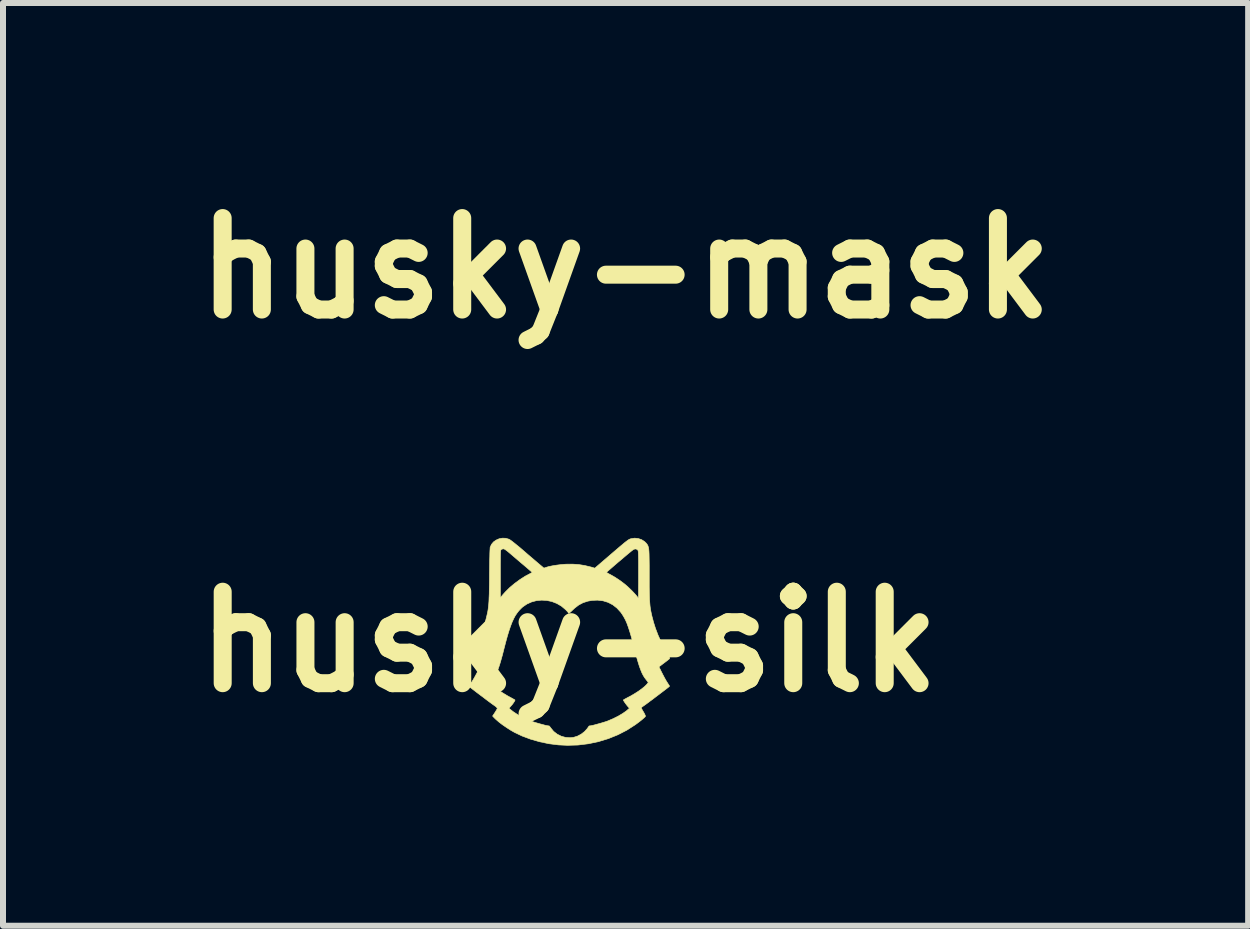
<source format=kicad_pcb>
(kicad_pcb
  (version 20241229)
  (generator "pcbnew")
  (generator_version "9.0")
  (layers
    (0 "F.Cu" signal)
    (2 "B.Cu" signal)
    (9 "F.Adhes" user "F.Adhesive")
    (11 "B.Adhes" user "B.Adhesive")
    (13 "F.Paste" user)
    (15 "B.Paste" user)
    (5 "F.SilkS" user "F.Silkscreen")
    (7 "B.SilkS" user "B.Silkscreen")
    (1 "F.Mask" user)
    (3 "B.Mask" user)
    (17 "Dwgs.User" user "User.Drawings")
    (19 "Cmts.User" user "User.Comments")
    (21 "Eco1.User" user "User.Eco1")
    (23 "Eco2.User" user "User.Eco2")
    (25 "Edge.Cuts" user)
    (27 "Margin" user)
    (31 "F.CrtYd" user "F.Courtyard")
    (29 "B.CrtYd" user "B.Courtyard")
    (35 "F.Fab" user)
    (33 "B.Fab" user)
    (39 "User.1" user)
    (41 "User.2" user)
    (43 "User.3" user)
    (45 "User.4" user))
  (footprint "husky-silk"
    (layer "F.Cu")
    (at 6.43 7.644)
    (property "Reference" "husky-silk" (at 0 0 0) (layer "F.SilkS") (effects (font (size 1.524 1.524) (thickness 0.3))))
    (attr through_hole)
    (fp_poly (pts (xy -1.053 -1.725) (xy -0.999 -1.709) (xy -0.995 -1.707) (xy -0.977 -1.696) (xy -0.948 -1.675) (xy -0.911 -1.646) (xy -0.868 -1.611) (xy -0.82 -1.572) (xy -0.779 -1.537) (xy -0.727 -1.492) (xy -0.673 -1.445) (xy -0.62 -1.4) (xy -0.573 -1.36) (xy -0.532 -1.325) (xy -0.511 -1.307) (xy -0.417 -1.228) (xy -0.382 -1.24) (xy -0.335 -1.254) (xy -0.276 -1.266) (xy -0.208 -1.277) (xy -0.137 -1.286) (xy -0.067 -1.292) (xy -0.046 -1.293) (xy 0.063 -1.294) (xy 0.164 -1.287) (xy 0.263 -1.271) (xy 0.367 -1.246) (xy 0.374 -1.244) (xy 0.431 -1.227) (xy 0.673 -1.435) (xy 0.745 -1.497) (xy 0.805 -1.548) (xy 0.855 -1.591) (xy 0.896 -1.625) (xy 0.928 -1.652) (xy 0.954 -1.672) (xy 0.975 -1.688) (xy 0.991 -1.699) (xy 1.005 -1.707) (xy 1.016 -1.712) (xy 1.027 -1.716) (xy 1.036 -1.718) (xy 1.095 -1.727) (xy 1.154 -1.721) (xy 1.21 -1.702) (xy 1.259 -1.671) (xy 1.284 -1.647) (xy 1.296 -1.633) (xy 1.305 -1.62) (xy 1.314 -1.605) (xy 1.32 -1.588) (xy 1.326 -1.566) (xy 1.33 -1.54) (xy 1.333 -1.506) (xy 1.335 -1.463) (xy 1.336 -1.41) (xy 1.337 -1.346) (xy 1.338 -1.269) (xy 1.338 -1.177) (xy 1.338 -1.118) (xy 1.338 -1.008) (xy 1.338 -0.914) (xy 1.339 -0.833) (xy 1.341 -0.762) (xy 1.343 -0.701) (xy 1.347 -0.647) (xy 1.351 -0.599) (xy 1.357 -0.553) (xy 1.365 -0.509) (xy 1.374 -0.465) (xy 1.385 -0.418) (xy 1.399 -0.366) (xy 1.408 -0.33) (xy 1.442 -0.223) (xy 1.485 -0.11) (xy 1.538 0.007) (xy 1.597 0.122) (xy 1.629 0.178) (xy 1.652 0.217) (xy 1.667 0.244) (xy 1.676 0.262) (xy 1.678 0.274) (xy 1.676 0.281) (xy 1.67 0.287) (xy 1.669 0.287) (xy 1.656 0.298) (xy 1.633 0.316) (xy 1.603 0.339) (xy 1.576 0.359) (xy 1.5 0.417) (xy 1.532 0.483) (xy 1.563 0.544) (xy 1.594 0.603) (xy 1.624 0.656) (xy 1.651 0.698) (xy 1.652 0.7) (xy 1.666 0.721) (xy 1.675 0.736) (xy 1.676 0.739) (xy 1.67 0.746) (xy 1.653 0.76) (xy 1.629 0.779) (xy 1.611 0.793) (xy 1.541 0.846) (xy 1.483 0.89) (xy 1.434 0.927) (xy 1.394 0.958) (xy 1.359 0.983) (xy 1.329 1.006) (xy 1.302 1.026) (xy 1.283 1.04) (xy 1.252 1.062) (xy 1.226 1.08) (xy 1.209 1.093) (xy 1.203 1.097) (xy 1.206 1.105) (xy 1.216 1.124) (xy 1.231 1.151) (xy 1.24 1.165) (xy 1.257 1.195) (xy 1.269 1.221) (xy 1.275 1.237) (xy 1.275 1.241) (xy 1.266 1.253) (xy 1.244 1.273) (xy 1.214 1.299) (xy 1.175 1.33) (xy 1.131 1.363) (xy 1.105 1.382) (xy 0.965 1.472) (xy 0.815 1.549) (xy 0.657 1.613) (xy 0.493 1.663) (xy 0.323 1.699) (xy 0.151 1.72) (xy -0.024 1.725) (xy -0.175 1.718) (xy -0.334 1.698) (xy -0.49 1.665) (xy -0.64 1.622) (xy -0.782 1.569) (xy -0.906 1.51) (xy -0.974 1.471) (xy -1.042 1.427) (xy -1.109 1.381) (xy -1.169 1.335) (xy -1.219 1.291) (xy -1.244 1.267) (xy -1.272 1.237) (xy -1.233 1.178) (xy -1.215 1.149) (xy -1.201 1.125) (xy -1.194 1.11) (xy -1.194 1.107) (xy -1.201 1.097) (xy -1.217 1.081) (xy -1.23 1.071) (xy -1.256 1.053) (xy -1.292 1.027) (xy -1.334 0.996) (xy -1.381 0.961) (xy -1.43 0.923) (xy -1.48 0.886) (xy -1.529 0.849) (xy -1.573 0.815) (xy -1.611 0.786) (xy -1.64 0.763) (xy -1.659 0.748) (xy -1.663 0.744) (xy -1.664 0.733) (xy -1.653 0.718) (xy -1.639 0.699) (xy -1.626 0.679) (xy -1.314 0.679) (xy -1.294 0.701) (xy -1.244 0.749) (xy -1.18 0.8) (xy -1.103 0.852) (xy -1.015 0.905) (xy -0.983 0.922) (xy -0.95 0.94) (xy -0.923 0.955) (xy -0.905 0.966) (xy -0.899 0.969) (xy -0.901 0.979) (xy -0.911 0.997) (xy -0.927 1.021) (xy -0.947 1.048) (xy -0.969 1.073) (xy -0.97 1.074) (xy -0.999 1.107) (xy -0.98 1.124) (xy -0.927 1.166) (xy -0.861 1.209) (xy -0.787 1.251) (xy -0.709 1.29) (xy -0.644 1.317) (xy -0.612 1.328) (xy -0.573 1.341) (xy -0.529 1.354) (xy -0.483 1.367) (xy -0.438 1.379) (xy -0.398 1.39) (xy -0.365 1.397) (xy -0.342 1.401) (xy -0.332 1.401) (xy -0.325 1.406) (xy -0.313 1.421) (xy -0.303 1.435) (xy -0.255 1.493) (xy -0.196 1.539) (xy -0.129 1.573) (xy -0.056 1.593) (xy 0.02 1.598) (xy 0.077 1.592) (xy 0.142 1.572) (xy 0.204 1.539) (xy 0.26 1.496) (xy 0.305 1.446) (xy 0.314 1.433) (xy 0.327 1.414) (xy 0.337 1.402) (xy 0.34 1.401) (xy 0.35 1.401) (xy 0.373 1.397) (xy 0.406 1.39) (xy 0.447 1.379) (xy 0.491 1.367) (xy 0.537 1.354) (xy 0.58 1.341) (xy 0.619 1.329) (xy 0.649 1.318) (xy 0.738 1.28) (xy 0.822 1.238) (xy 0.896 1.194) (xy 0.959 1.15) (xy 0.976 1.135) (xy 1.008 1.107) (xy 0.983 1.079) (xy 0.966 1.059) (xy 0.947 1.034) (xy 0.929 1.009) (xy 0.915 0.987) (xy 0.907 0.973) (xy 0.906 0.97) (xy 0.913 0.965) (xy 0.932 0.954) (xy 0.958 0.94) (xy 0.967 0.935) (xy 1.032 0.901) (xy 1.096 0.863) (xy 1.156 0.825) (xy 1.21 0.786) (xy 1.255 0.75) (xy 1.289 0.718) (xy 1.303 0.702) (xy 1.322 0.677) (xy 1.284 0.628) (xy 1.259 0.595) (xy 1.237 0.559) (xy 1.216 0.518) (xy 1.196 0.469) (xy 1.175 0.413) (xy 1.154 0.346) (xy 1.131 0.268) (xy 1.107 0.175) (xy 1.088 0.102) (xy 1.06 -0.007) (xy 1.034 -0.101) (xy 1.01 -0.181) (xy 0.987 -0.251) (xy 0.965 -0.311) (xy 0.942 -0.363) (xy 0.917 -0.41) (xy 0.891 -0.453) (xy 0.863 -0.493) (xy 0.863 -0.493) (xy 0.801 -0.561) (xy 0.731 -0.616) (xy 0.653 -0.657) (xy 0.568 -0.683) (xy 0.477 -0.694) (xy 0.384 -0.69) (xy 0.313 -0.677) (xy 0.234 -0.651) (xy 0.164 -0.614) (xy 0.097 -0.563) (xy 0.068 -0.536) (xy 0.036 -0.505) (xy 0.014 -0.486) (xy -0.000175 -0.476) (xy -0.007 -0.476) (xy -0.008 -0.481) (xy -0.012 -0.487) (xy 0 -0.487) (xy 0.004 -0.483) (xy 0.008 -0.487) (xy 0.004 -0.491) (xy 0 -0.487) (xy -0.012 -0.487) (xy -0.014 -0.49) (xy -0.029 -0.508) (xy -0.05 -0.53) (xy -0.057 -0.537) (xy -0.126 -0.595) (xy -0.202 -0.639) (xy -0.284 -0.671) (xy -0.369 -0.689) (xy -0.455 -0.694) (xy -0.541 -0.686) (xy -0.623 -0.664) (xy -0.701 -0.629) (xy -0.771 -0.581) (xy -0.801 -0.553) (xy -0.835 -0.517) (xy -0.866 -0.477) (xy -0.895 -0.434) (xy -0.921 -0.385) (xy -0.947 -0.328) (xy -0.972 -0.263) (xy -0.998 -0.187) (xy -1.025 -0.099) (xy -1.053 0.003) (xy -1.083 0.119) (xy -1.108 0.218) (xy -1.132 0.303) (xy -1.153 0.375) (xy -1.173 0.435) (xy -1.193 0.487) (xy -1.213 0.531) (xy -1.234 0.57) (xy -1.257 0.605) (xy -1.278 0.634) (xy -1.314 0.679) (xy -1.626 0.679) (xy -1.62 0.671) (xy -1.598 0.635) (xy -1.574 0.594) (xy -1.551 0.552) (xy -1.529 0.511) (xy -1.51 0.475) (xy -1.497 0.447) (xy -1.491 0.429) (xy -1.49 0.426) (xy -1.496 0.418) (xy -1.514 0.403) (xy -1.539 0.382) (xy -1.567 0.36) (xy -1.6 0.335) (xy -1.629 0.313) (xy -1.651 0.296) (xy -1.661 0.288) (xy -1.668 0.281) (xy -1.67 0.274) (xy -1.667 0.263) (xy -1.656 0.244) (xy -1.638 0.216) (xy -1.63 0.203) (xy -1.598 0.15) (xy -1.562 0.087) (xy -1.526 0.016) (xy -1.492 -0.055) (xy -1.462 -0.123) (xy -1.444 -0.169) (xy -1.43 -0.21) (xy -1.415 -0.26) (xy -1.399 -0.314) (xy -1.385 -0.365) (xy -1.385 -0.366) (xy -1.373 -0.413) (xy -1.363 -0.456) (xy -1.354 -0.496) (xy -1.347 -0.537) (xy -1.342 -0.579) (xy -1.337 -0.624) (xy -1.333 -0.675) (xy -1.331 -0.732) (xy -1.328 -0.799) (xy -1.327 -0.876) (xy -1.325 -0.966) (xy -1.324 -1.07) (xy -1.324 -1.109) (xy -1.324 -1.129) (xy -1.143 -1.129) (xy -1.143 -0.732) (xy -1.12 -0.762) (xy -1.102 -0.784) (xy -1.078 -0.811) (xy -1.054 -0.837) (xy -0.984 -0.906) (xy -0.903 -0.974) (xy -0.815 -1.038) (xy -0.726 -1.095) (xy -0.684 -1.117) (xy -0.611 -1.156) (xy -0.613 -1.158) (xy 0.627 -1.158) (xy 0.634 -1.151) (xy 0.652 -1.14) (xy 0.679 -1.125) (xy 0.688 -1.121) (xy 0.767 -1.076) (xy 0.85 -1.021) (xy 0.932 -0.959) (xy 0.94 -0.952) (xy 0.975 -0.922) (xy 1.013 -0.886) (xy 1.051 -0.849) (xy 1.086 -0.812) (xy 1.115 -0.78) (xy 1.136 -0.755) (xy 1.139 -0.75) (xy 1.15 -0.735) (xy 1.157 -0.728) (xy 1.157 -0.728) (xy 1.157 -0.736) (xy 1.158 -0.76) (xy 1.159 -0.797) (xy 1.159 -0.846) (xy 1.159 -0.905) (xy 1.16 -0.973) (xy 1.16 -1.048) (xy 1.16 -1.122) (xy 1.16 -1.214) (xy 1.16 -1.29) (xy 1.16 -1.353) (xy 1.159 -1.403) (xy 1.158 -1.442) (xy 1.157 -1.472) (xy 1.156 -1.493) (xy 1.154 -1.509) (xy 1.152 -1.519) (xy 1.149 -1.526) (xy 1.145 -1.53) (xy 1.143 -1.532) (xy 1.122 -1.546) (xy 1.098 -1.547) (xy 1.069 -1.534) (xy 1.042 -1.513) (xy 0.986 -1.467) (xy 0.929 -1.419) (xy 0.874 -1.372) (xy 0.82 -1.327) (xy 0.77 -1.284) (xy 0.725 -1.245) (xy 0.687 -1.212) (xy 0.657 -1.186) (xy 0.637 -1.168) (xy 0.627 -1.159) (xy 0.627 -1.158) (xy -0.613 -1.158) (xy -0.709 -1.241) (xy -0.754 -1.279) (xy -0.804 -1.321) (xy -0.853 -1.363) (xy -0.895 -1.399) (xy -0.897 -1.401) (xy -0.95 -1.446) (xy -0.991 -1.481) (xy -1.022 -1.507) (xy -1.046 -1.525) (xy -1.063 -1.537) (xy -1.076 -1.545) (xy -1.085 -1.548) (xy -1.093 -1.549) (xy -1.093 -1.549) (xy -1.116 -1.544) (xy -1.128 -1.538) (xy -1.132 -1.534) (xy -1.135 -1.528) (xy -1.137 -1.518) (xy -1.139 -1.503) (xy -1.14 -1.481) (xy -1.141 -1.451) (xy -1.142 -1.411) (xy -1.142 -1.36) (xy -1.143 -1.296) (xy -1.143 -1.218) (xy -1.143 -1.129) (xy -1.324 -1.129) (xy -1.323 -1.195) (xy -1.322 -1.277) (xy -1.321 -1.352) (xy -1.319 -1.42) (xy -1.318 -1.477) (xy -1.316 -1.523) (xy -1.314 -1.556) (xy -1.313 -1.574) (xy -1.312 -1.576) (xy -1.291 -1.623) (xy -1.257 -1.664) (xy -1.213 -1.695) (xy -1.163 -1.717) (xy -1.108 -1.727) (xy -1.053 -1.725)) (stroke (width 0.01) (type solid)) (fill yes) (layer "F.SilkS")))
  (footprint "husky-mask"
    (layer "F.Cu")
    (at 7.373 1.418)
    (property "Reference" "husky-mask" (at 0 0 0) (layer "F.SilkS") (effects (font (size 1.524 1.524) (thickness 0.3))))
    (attr through_hole)
    (fp_poly (pts (xy 0.618 0.419) (xy 0.614 0.423) (xy 0.61 0.419) (xy 0.614 0.415) (xy 0.618 0.419)) (stroke (width 0.01) (type solid)) (fill yes) (layer "F.Mask"))
    (fp_poly (pts (xy 0.478 -0.192) (xy 0.497 -0.178) (xy 0.507 -0.153) (xy 0.508 -0.144) (xy 0.501 -0.118) (xy 0.484 -0.103) (xy 0.461 -0.1) (xy 0.437 -0.111) (xy 0.419 -0.133) (xy 0.416 -0.157) (xy 0.429 -0.179) (xy 0.43 -0.181) (xy 0.454 -0.193) (xy 0.478 -0.192)) (stroke (width 0.01) (type solid)) (fill yes) (layer "F.Mask"))
    (fp_poly (pts (xy -0.534 -0.18) (xy -0.528 -0.173) (xy -0.518 -0.155) (xy -0.52 -0.141) (xy -0.525 -0.129) (xy -0.545 -0.106) (xy -0.567 -0.099) (xy -0.591 -0.108) (xy -0.598 -0.115) (xy -0.613 -0.135) (xy -0.614 -0.153) (xy -0.614 -0.155) (xy -0.599 -0.179) (xy -0.578 -0.192) (xy -0.555 -0.193) (xy -0.534 -0.18)) (stroke (width 0.01) (type solid)) (fill yes) (layer "F.Mask"))
    (fp_poly (pts (xy 0.065 0.953) (xy 0.081 0.964) (xy 0.082 0.965) (xy 0.113 0.982) (xy 0.154 0.996) (xy 0.198 1.005) (xy 0.231 1.008) (xy 0.273 1.008) (xy 0.269 1.154) (xy 0.268 1.207) (xy 0.267 1.247) (xy 0.264 1.276) (xy 0.261 1.298) (xy 0.257 1.315) (xy 0.25 1.33) (xy 0.244 1.342) (xy 0.215 1.385) (xy 0.177 1.425) (xy 0.135 1.459) (xy 0.107 1.474) (xy 0.075 1.483) (xy 0.033 1.488) (xy -0.012 1.489) (xy -0.053 1.486) (xy -0.08 1.479) (xy -0.143 1.446) (xy -0.194 1.402) (xy -0.232 1.346) (xy -0.239 1.333) (xy -0.246 1.316) (xy -0.251 1.298) (xy -0.255 1.276) (xy -0.258 1.248) (xy -0.26 1.209) (xy -0.261 1.157) (xy -0.261 1.149) (xy -0.264 1.008) (xy -0.222 1.008) (xy -0.179 1.004) (xy -0.135 0.993) (xy -0.096 0.978) (xy -0.074 0.965) (xy -0.058 0.954) (xy -0.048 0.948) (xy -0.047 0.948) (xy -0.046 0.956) (xy -0.045 0.979) (xy -0.044 1.014) (xy -0.043 1.058) (xy -0.042 1.11) (xy -0.042 1.135) (xy -0.042 1.198) (xy -0.041 1.252) (xy -0.039 1.295) (xy -0.037 1.324) (xy -0.034 1.338) (xy -0.034 1.338) (xy -0.018 1.351) (xy 0.004 1.355) (xy 0.027 1.351) (xy 0.042 1.338) (xy 0.042 1.338) (xy 0.045 1.324) (xy 0.047 1.295) (xy 0.049 1.253) (xy 0.05 1.199) (xy 0.051 1.136) (xy 0.051 1.135) (xy 0.051 1.081) (xy 0.052 1.033) (xy 0.053 0.993) (xy 0.054 0.965) (xy 0.055 0.95) (xy 0.056 0.948) (xy 0.065 0.953)) (stroke (width 0.01) (type solid)) (fill yes) (layer "F.Mask")))
  (gr_rect
    (start -3 -3)
    (end 17.747 12.375)
    (stroke (width 0.1) (type default))
    (fill no)
    (layer "Edge.Cuts")))
</source>
